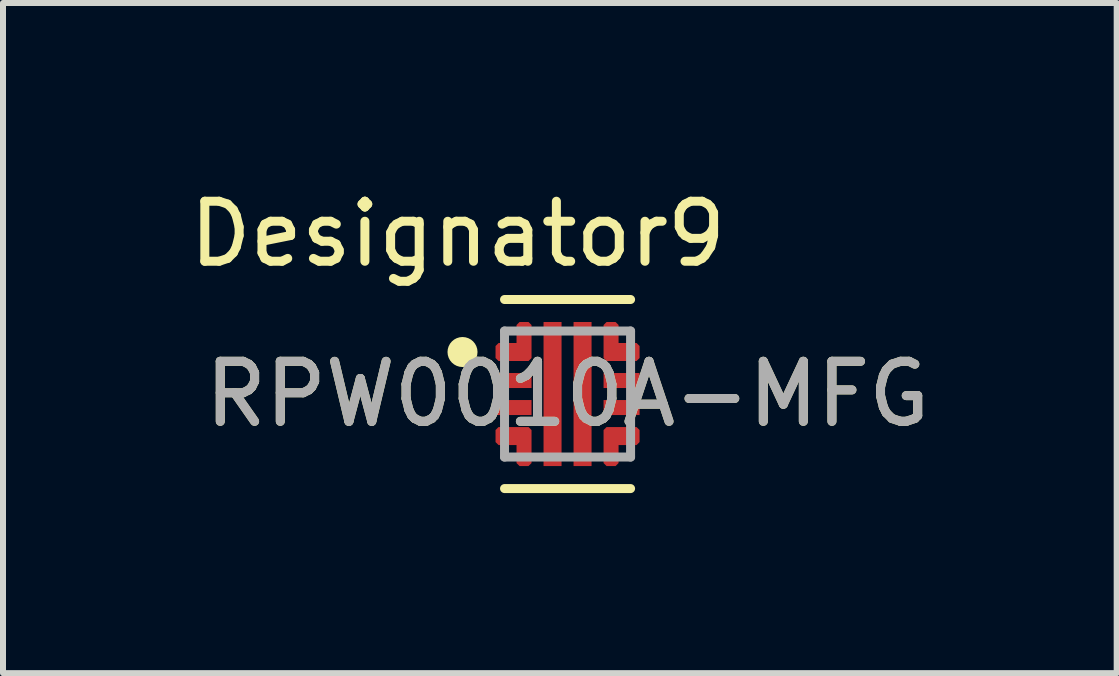
<source format=kicad_pcb>
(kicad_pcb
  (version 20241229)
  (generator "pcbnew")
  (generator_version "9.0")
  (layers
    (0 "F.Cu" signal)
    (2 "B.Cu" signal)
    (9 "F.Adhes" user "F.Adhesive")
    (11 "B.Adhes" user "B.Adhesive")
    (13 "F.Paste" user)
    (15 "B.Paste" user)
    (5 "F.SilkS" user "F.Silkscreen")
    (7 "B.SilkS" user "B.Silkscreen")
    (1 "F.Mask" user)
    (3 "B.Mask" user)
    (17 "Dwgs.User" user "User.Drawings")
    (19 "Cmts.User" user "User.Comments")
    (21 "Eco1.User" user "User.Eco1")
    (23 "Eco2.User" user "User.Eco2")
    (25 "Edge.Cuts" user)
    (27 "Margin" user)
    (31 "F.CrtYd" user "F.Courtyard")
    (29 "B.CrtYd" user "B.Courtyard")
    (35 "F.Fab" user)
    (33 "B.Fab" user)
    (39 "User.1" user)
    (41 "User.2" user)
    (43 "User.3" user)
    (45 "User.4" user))
  (footprint "RPW0010A-MFG"
    (layer "F.Cu")
    (at 6.406 3.515)
    (property "Reference" "RPW0010A-MFG" (at 0 0 0) (unlocked yes) (layer "F.SilkS") (effects (font (size 1 1) (thickness 0.15))))
    (attr smd)
    (fp_poly (pts (xy -0.85 -0.85) (xy -0.85 -1.15) (xy -0.8 -1.2) (xy -0.65 -1.2) (xy -0.6 -1.15) (xy -0.6 -0.6) (xy -0.65 -0.55) (xy -1.15 -0.55) (xy -1.2 -0.6) (xy -1.2 -0.8) (xy -1.15 -0.85)) (stroke (width 0) (type solid)) (fill yes) (layer "F.Cu"))
    (fp_poly (pts (xy -0.85 0.85) (xy -0.85 1.15) (xy -0.8 1.2) (xy -0.65 1.2) (xy -0.6 1.15) (xy -0.6 0.6) (xy -0.65 0.55) (xy -1.15 0.55) (xy -1.2 0.6) (xy -1.2 0.8) (xy -1.15 0.85)) (stroke (width 0) (type solid)) (fill yes) (layer "F.Cu"))
    (fp_poly (pts (xy 0.85 -0.85) (xy 0.85 -1.15) (xy 0.8 -1.2) (xy 0.65 -1.2) (xy 0.6 -1.15) (xy 0.6 -0.6) (xy 0.65 -0.55) (xy 1.15 -0.55) (xy 1.2 -0.6) (xy 1.2 -0.8) (xy 1.15 -0.85)) (stroke (width 0) (type solid)) (fill yes) (layer "F.Cu"))
    (fp_poly (pts (xy 0.85 0.85) (xy 0.85 1.15) (xy 0.8 1.2) (xy 0.65 1.2) (xy 0.6 1.15) (xy 0.6 0.6) (xy 0.65 0.55) (xy 1.15 0.55) (xy 1.2 0.6) (xy 1.2 0.8) (xy 1.15 0.85)) (stroke (width 0) (type solid)) (fill yes) (layer "F.Cu"))
    (fp_poly (pts (xy -0.85 -0.85) (xy -0.85 -1.15) (xy -0.8 -1.2) (xy -0.65 -1.2) (xy -0.6 -1.15) (xy -0.6 -0.6) (xy -0.65 -0.55) (xy -1.15 -0.55) (xy -1.2 -0.6) (xy -1.2 -0.8) (xy -1.15 -0.85)) (stroke (width 0) (type solid)) (fill yes) (layer "F.Mask"))
    (fp_poly (pts (xy -0.85 0.85) (xy -1.15 0.85) (xy -1.2 0.8) (xy -1.2 0.6) (xy -1.15 0.55) (xy -0.65 0.55) (xy -0.6 0.6) (xy -0.6 1.15) (xy -0.65 1.2) (xy -0.8 1.2) (xy -0.85 1.15)) (stroke (width 0) (type solid)) (fill yes) (layer "F.Mask"))
    (fp_poly (pts (xy 0.85 -0.85) (xy 1.15 -0.85) (xy 1.2 -0.8) (xy 1.2 -0.6) (xy 1.15 -0.55) (xy 0.65 -0.55) (xy 0.6 -0.6) (xy 0.6 -1.15) (xy 0.65 -1.2) (xy 0.8 -1.2) (xy 0.85 -1.15)) (stroke (width 0) (type solid)) (fill yes) (layer "F.Mask"))
    (fp_poly (pts (xy 0.85 0.85) (xy 0.85 1.15) (xy 0.8 1.2) (xy 0.65 1.2) (xy 0.6 1.15) (xy 0.6 0.6) (xy 0.65 0.55) (xy 1.15 0.55) (xy 1.2 0.6) (xy 1.2 0.8) (xy 1.15 0.85)) (stroke (width 0) (type solid)) (fill yes) (layer "F.Mask"))
    (fp_line (start -1.05 -1.575) (end 1.05 -1.575) (stroke (width 0.15) (type solid)) (layer "F.SilkS"))
    (fp_line (start -1.05 1.575) (end 1.05 1.575) (stroke (width 0.15) (type solid)) (layer "F.SilkS"))
    (fp_circle (center -1.75 -0.7) (end -1.625 -0.7) (stroke (width 0.25) (type solid)) (fill no) (layer "F.SilkS"))
    (fp_poly (pts (xy -0.34 1.16) (xy -0.39 1.11) (xy -0.39 0.15) (xy -0.34 0.1) (xy -0.16 0.1) (xy -0.11 0.15) (xy -0.11 1.11) (xy -0.16 1.16)) (stroke (width 0) (type solid)) (fill yes) (layer "F.Paste"))
    (fp_poly (pts (xy -0.11 -1.11) (xy -0.11 -0.15) (xy -0.16 -0.1) (xy -0.34 -0.1) (xy -0.39 -0.15) (xy -0.39 -1.11) (xy -0.34 -1.16) (xy -0.16 -1.16)) (stroke (width 0) (type solid)) (fill yes) (layer "F.Paste"))
    (fp_poly (pts (xy 0.39 -0.15) (xy 0.34 -0.1) (xy 0.16 -0.1) (xy 0.11 -0.15) (xy 0.11 -1.11) (xy 0.16 -1.16) (xy 0.34 -1.16) (xy 0.39 -1.11)) (stroke (width 0) (type solid)) (fill yes) (layer "F.Paste"))
    (fp_poly (pts (xy 0.39 1.11) (xy 0.34 1.16) (xy 0.16 1.16) (xy 0.11 1.11) (xy 0.11 0.15) (xy 0.16 0.1) (xy 0.34 0.1) (xy 0.39 0.15)) (stroke (width 0) (type solid)) (fill yes) (layer "F.Paste"))
    (fp_poly (pts (xy -0.825 -0.825) (xy -0.825 -1.15) (xy -0.775 -1.2) (xy -0.65 -1.2) (xy -0.6 -1.15) (xy -0.6 -0.6) (xy -0.65 -0.55) (xy -1.15 -0.55) (xy -1.2 -0.6) (xy -1.2 -0.775) (xy -1.15 -0.825)) (stroke (width 0) (type solid)) (fill yes) (layer "F.Paste"))
    (fp_poly (pts (xy -0.825 0.825) (xy -0.825 1.15) (xy -0.775 1.2) (xy -0.65 1.2) (xy -0.6 1.15) (xy -0.6 0.6) (xy -0.65 0.55) (xy -1.15 0.55) (xy -1.2 0.6) (xy -1.2 0.775) (xy -1.15 0.825)) (stroke (width 0) (type solid)) (fill yes) (layer "F.Paste"))
    (fp_poly (pts (xy 0.825 -0.825) (xy 0.825 -1.15) (xy 0.775 -1.2) (xy 0.65 -1.2) (xy 0.6 -1.15) (xy 0.6 -0.6) (xy 0.65 -0.55) (xy 1.15 -0.55) (xy 1.2 -0.6) (xy 1.2 -0.775) (xy 1.15 -0.825)) (stroke (width 0) (type solid)) (fill yes) (layer "F.Paste"))
    (fp_poly (pts (xy 0.825 0.825) (xy 0.825 1.15) (xy 0.775 1.2) (xy 0.65 1.2) (xy 0.6 1.15) (xy 0.6 0.6) (xy 0.65 0.55) (xy 1.15 0.55) (xy 1.2 0.6) (xy 1.2 0.775) (xy 1.15 0.825)) (stroke (width 0) (type solid)) (fill yes) (layer "F.Paste"))
    (fp_line (start -1.05 -1.05) (end 1.05 -1.05) (stroke (width 0.15) (type solid)) (layer "F.Fab"))
    (fp_line (start -1.05 1.05) (end -1.05 -1.05) (stroke (width 0.15) (type solid)) (layer "F.Fab"))
    (fp_line (start -1.05 1.05) (end 1.05 1.05) (stroke (width 0.15) (type solid)) (layer "F.Fab"))
    (fp_line (start 1.05 1.05) (end 1.05 -1.05) (stroke (width 0.15) (type solid)) (layer "F.Fab"))
    (fp_text user "Designator9" (at -1.829 -2.667 0) (unlocked yes) (layer "F.SilkS") (effects (font (size 1 1) (thickness 0.15))))
    (fp_text user "${REFERENCE}" (at 0 0 0) (unlocked yes) (layer "F.Fab") (effects (font (size 1 1) (thickness 0.15))))
    (pad "1" smd circle (at -0.75 -0.7) (size 0.27 0.27) (layers "F.Cu" "F.Mask"))
    (pad "2" smd rect (at -0.9 -0.225) (size 0.6 0.25) (layers "F.Cu" "F.Mask" "F.Paste"))
    (pad "3" smd rect (at -0.9 0.225) (size 0.6 0.25) (layers "F.Cu" "F.Mask" "F.Paste"))
    (pad "4" smd circle (at -0.75 0.75) (size 0.255 0.255) (layers "F.Cu" "F.Mask"))
    (pad "5" smd rect (at -0.25 0) (size 0.3 2.4) (layers "F.Cu" "F.Mask"))
    (pad "6" smd rect (at 0.25 0) (size 0.3 2.4) (layers "F.Cu" "F.Mask"))
    (pad "7" smd circle (at 0.75 0.75) (size 0.255 0.255) (layers "F.Cu" "F.Mask"))
    (pad "8" smd rect (at 0.9 0.225) (size 0.6 0.25) (layers "F.Cu" "F.Mask" "F.Paste"))
    (pad "9" smd rect (at 0.9 -0.225) (size 0.6 0.25) (layers "F.Cu" "F.Mask" "F.Paste"))
    (pad "10" smd circle (at 0.75 -0.7) (size 0.27 0.27) (layers "F.Cu" "F.Mask")))
  (gr_rect
    (start -3 -3)
    (end 15.555 8.165)
    (stroke (width 0.1) (type default))
    (fill no)
    (layer "Edge.Cuts")))
</source>
